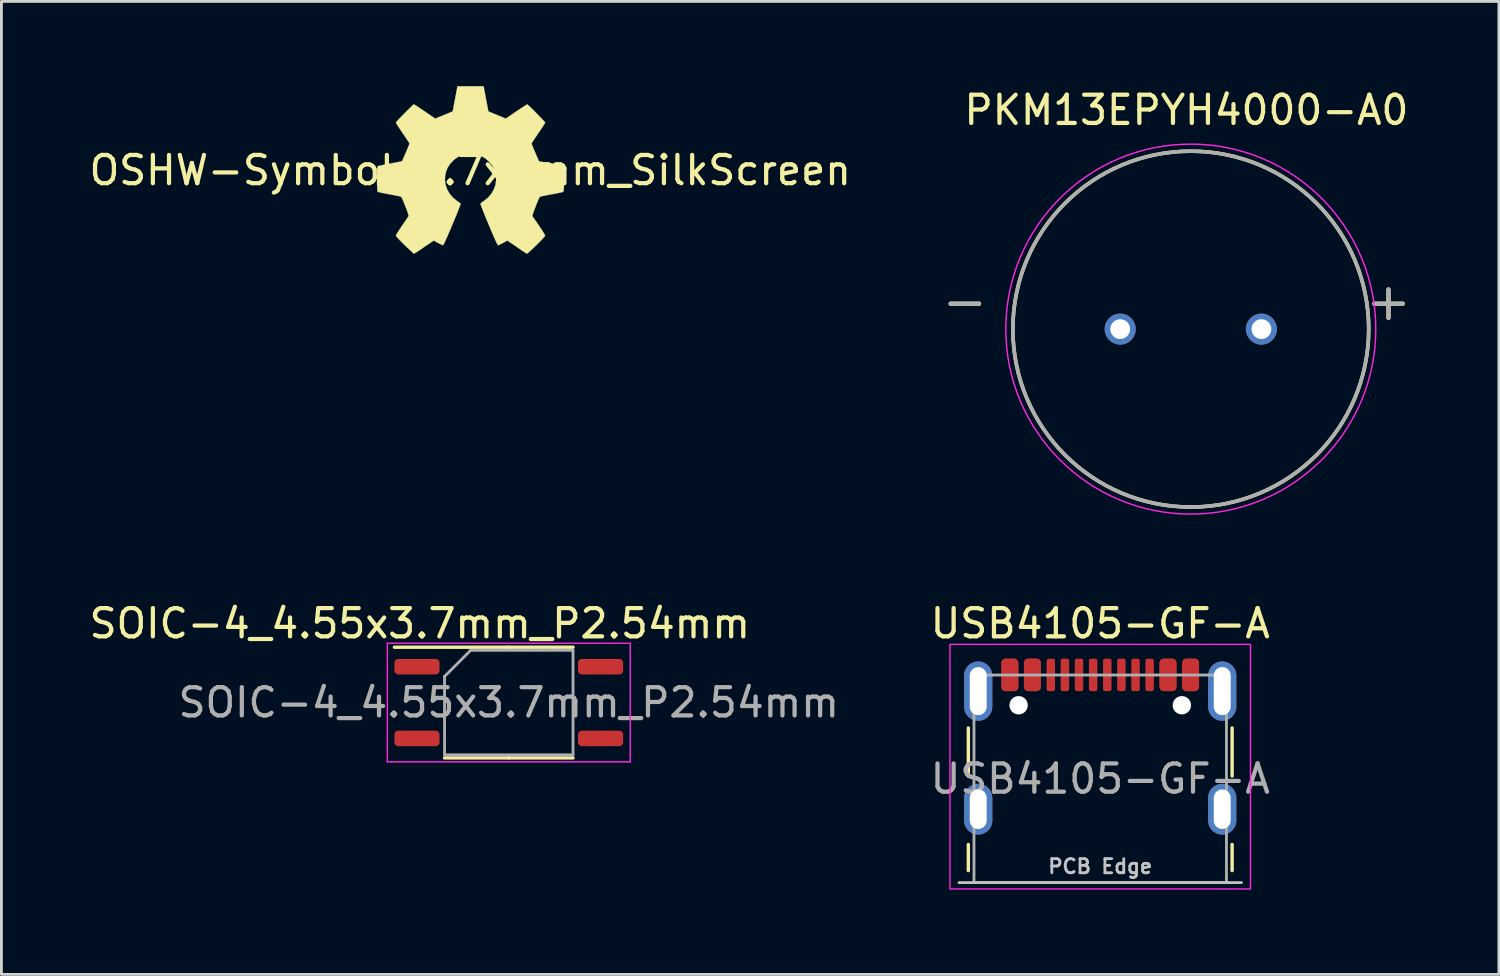
<source format=kicad_pcb>
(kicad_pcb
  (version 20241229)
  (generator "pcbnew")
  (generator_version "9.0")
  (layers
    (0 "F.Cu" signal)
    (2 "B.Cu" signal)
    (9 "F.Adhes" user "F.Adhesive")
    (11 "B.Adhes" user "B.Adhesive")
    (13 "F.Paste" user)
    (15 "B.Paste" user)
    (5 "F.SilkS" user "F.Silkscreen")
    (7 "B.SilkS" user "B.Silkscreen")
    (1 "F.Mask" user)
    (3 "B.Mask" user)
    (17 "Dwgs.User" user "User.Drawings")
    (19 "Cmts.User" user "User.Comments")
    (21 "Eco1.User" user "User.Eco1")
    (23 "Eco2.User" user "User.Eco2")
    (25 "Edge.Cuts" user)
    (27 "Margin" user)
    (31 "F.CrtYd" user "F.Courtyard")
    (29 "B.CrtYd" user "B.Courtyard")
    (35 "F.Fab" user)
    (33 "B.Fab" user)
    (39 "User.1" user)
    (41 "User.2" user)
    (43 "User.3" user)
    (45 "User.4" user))
  (footprint "OSHW-Symbol_6.7x6mm_SilkScreen"
    (layer "F.Cu")
    (at 13.601 2.981)
    (property "Reference" "OSHW-Symbol_6.7x6mm_SilkScreen" (at 0 0 0) (layer "F.SilkS") (effects (font (size 1 1) (thickness 0.15))))
    (attr board_only exclude_from_pos_files exclude_from_bom allow_missing_courtyard)
    (fp_poly (pts (xy 0.556 -2.531) (xy 0.64 -2.086) (xy 0.949 -1.959) (xy 1.258 -1.831) (xy 1.629 -2.084) (xy 1.733 -2.154) (xy 1.827 -2.217) (xy 1.907 -2.269) (xy 1.967 -2.308) (xy 2.005 -2.331) (xy 2.015 -2.336) (xy 2.034 -2.323) (xy 2.073 -2.288) (xy 2.13 -2.235) (xy 2.198 -2.168) (xy 2.274 -2.093) (xy 2.353 -2.013) (xy 2.431 -1.932) (xy 2.504 -1.857) (xy 2.567 -1.79) (xy 2.615 -1.737) (xy 2.644 -1.702) (xy 2.651 -1.69) (xy 2.641 -1.669) (xy 2.613 -1.621) (xy 2.569 -1.553) (xy 2.513 -1.468) (xy 2.448 -1.371) (xy 2.41 -1.316) (xy 2.341 -1.215) (xy 2.28 -1.124) (xy 2.23 -1.047) (xy 2.193 -0.989) (xy 2.172 -0.955) (xy 2.169 -0.948) (xy 2.176 -0.927) (xy 2.195 -0.879) (xy 2.223 -0.811) (xy 2.257 -0.729) (xy 2.295 -0.64) (xy 2.333 -0.55) (xy 2.369 -0.467) (xy 2.4 -0.396) (xy 2.423 -0.346) (xy 2.435 -0.322) (xy 2.436 -0.321) (xy 2.455 -0.316) (xy 2.505 -0.306) (xy 2.581 -0.291) (xy 2.678 -0.272) (xy 2.791 -0.251) (xy 2.856 -0.239) (xy 2.977 -0.216) (xy 3.086 -0.194) (xy 3.177 -0.174) (xy 3.246 -0.158) (xy 3.287 -0.147) (xy 3.296 -0.143) (xy 3.304 -0.119) (xy 3.31 -0.064) (xy 3.315 0.015) (xy 3.318 0.112) (xy 3.32 0.22) (xy 3.321 0.333) (xy 3.319 0.445) (xy 3.317 0.549) (xy 3.312 0.638) (xy 3.307 0.707) (xy 3.299 0.748) (xy 3.295 0.757) (xy 3.269 0.767) (xy 3.213 0.782) (xy 3.136 0.799) (xy 3.044 0.818) (xy 3.012 0.824) (xy 2.858 0.852) (xy 2.735 0.875) (xy 2.642 0.893) (xy 2.572 0.908) (xy 2.523 0.919) (xy 2.491 0.929) (xy 2.471 0.938) (xy 2.459 0.947) (xy 2.457 0.948) (xy 2.44 0.976) (xy 2.415 1.031) (xy 2.383 1.105) (xy 2.347 1.192) (xy 2.311 1.286) (xy 2.275 1.379) (xy 2.244 1.466) (xy 2.219 1.539) (xy 2.203 1.592) (xy 2.199 1.618) (xy 2.2 1.619) (xy 2.214 1.64) (xy 2.245 1.687) (xy 2.291 1.755) (xy 2.349 1.838) (xy 2.413 1.933) (xy 2.432 1.96) (xy 2.498 2.057) (xy 2.556 2.146) (xy 2.603 2.221) (xy 2.635 2.278) (xy 2.651 2.311) (xy 2.651 2.315) (xy 2.638 2.336) (xy 2.603 2.377) (xy 2.549 2.435) (xy 2.482 2.505) (xy 2.406 2.582) (xy 2.326 2.662) (xy 2.245 2.74) (xy 2.17 2.811) (xy 2.103 2.872) (xy 2.051 2.918) (xy 2.017 2.944) (xy 2.008 2.948) (xy 1.986 2.938) (xy 1.941 2.911) (xy 1.88 2.872) (xy 1.834 2.84) (xy 1.749 2.782) (xy 1.65 2.714) (xy 1.549 2.646) (xy 1.496 2.609) (xy 1.313 2.486) (xy 1.16 2.569) (xy 1.091 2.605) (xy 1.031 2.633) (xy 0.991 2.649) (xy 0.981 2.651) (xy 0.969 2.635) (xy 0.945 2.588) (xy 0.91 2.516) (xy 0.868 2.422) (xy 0.818 2.31) (xy 0.764 2.186) (xy 0.708 2.053) (xy 0.65 1.916) (xy 0.593 1.779) (xy 0.538 1.646) (xy 0.488 1.522) (xy 0.443 1.411) (xy 0.407 1.317) (xy 0.381 1.244) (xy 0.366 1.197) (xy 0.363 1.181) (xy 0.382 1.16) (xy 0.424 1.127) (xy 0.48 1.088) (xy 0.484 1.085) (xy 0.628 0.969) (xy 0.744 0.835) (xy 0.831 0.686) (xy 0.889 0.526) (xy 0.915 0.36) (xy 0.91 0.192) (xy 0.871 0.026) (xy 0.799 -0.134) (xy 0.778 -0.169) (xy 0.667 -0.309) (xy 0.536 -0.422) (xy 0.39 -0.507) (xy 0.233 -0.563) (xy 0.069 -0.589) (xy -0.097 -0.585) (xy -0.26 -0.551) (xy -0.416 -0.485) (xy -0.56 -0.388) (xy -0.605 -0.348) (xy -0.719 -0.224) (xy -0.802 -0.094) (xy -0.859 0.052) (xy -0.89 0.197) (xy -0.898 0.36) (xy -0.872 0.523) (xy -0.815 0.682) (xy -0.729 0.831) (xy -0.617 0.964) (xy -0.482 1.075) (xy -0.464 1.087) (xy -0.408 1.126) (xy -0.365 1.159) (xy -0.345 1.18) (xy -0.344 1.181) (xy -0.349 1.204) (xy -0.366 1.256) (xy -0.395 1.333) (xy -0.433 1.431) (xy -0.478 1.545) (xy -0.53 1.672) (xy -0.585 1.806) (xy -0.643 1.943) (xy -0.7 2.08) (xy -0.757 2.211) (xy -0.81 2.333) (xy -0.858 2.441) (xy -0.899 2.532) (xy -0.932 2.599) (xy -0.954 2.64) (xy -0.963 2.651) (xy -0.99 2.643) (xy -1.04 2.62) (xy -1.106 2.588) (xy -1.142 2.569) (xy -1.295 2.486) (xy -1.477 2.609) (xy -1.57 2.672) (xy -1.672 2.742) (xy -1.767 2.807) (xy -1.815 2.84) (xy -1.882 2.885) (xy -1.939 2.921) (xy -1.979 2.943) (xy -1.991 2.948) (xy -2.01 2.935) (xy -2.051 2.9) (xy -2.11 2.847) (xy -2.185 2.778) (xy -2.269 2.698) (xy -2.323 2.646) (xy -2.416 2.554) (xy -2.497 2.472) (xy -2.562 2.403) (xy -2.608 2.351) (xy -2.631 2.319) (xy -2.633 2.312) (xy -2.623 2.287) (xy -2.594 2.237) (xy -2.551 2.167) (xy -2.496 2.082) (xy -2.432 1.986) (xy -2.413 1.96) (xy -2.347 1.863) (xy -2.287 1.776) (xy -2.238 1.704) (xy -2.202 1.65) (xy -2.183 1.622) (xy -2.181 1.619) (xy -2.184 1.596) (xy -2.199 1.545) (xy -2.223 1.474) (xy -2.253 1.389) (xy -2.288 1.296) (xy -2.325 1.202) (xy -2.361 1.113) (xy -2.393 1.038) (xy -2.419 0.981) (xy -2.437 0.95) (xy -2.438 0.948) (xy -2.449 0.94) (xy -2.468 0.931) (xy -2.498 0.921) (xy -2.543 0.91) (xy -2.608 0.896) (xy -2.697 0.879) (xy -2.813 0.857) (xy -2.962 0.83) (xy -2.994 0.824) (xy -3.089 0.805) (xy -3.172 0.787) (xy -3.235 0.772) (xy -3.271 0.76) (xy -3.276 0.757) (xy -3.284 0.732) (xy -3.291 0.677) (xy -3.296 0.597) (xy -3.3 0.5) (xy -3.302 0.392) (xy -3.302 0.279) (xy -3.301 0.167) (xy -3.298 0.064) (xy -3.294 -0.026) (xy -3.289 -0.094) (xy -3.281 -0.135) (xy -3.277 -0.143) (xy -3.253 -0.152) (xy -3.197 -0.166) (xy -3.117 -0.183) (xy -3.016 -0.204) (xy -2.901 -0.227) (xy -2.838 -0.239) (xy -2.719 -0.261) (xy -2.613 -0.281) (xy -2.524 -0.298) (xy -2.46 -0.311) (xy -2.423 -0.319) (xy -2.417 -0.321) (xy -2.407 -0.34) (xy -2.386 -0.387) (xy -2.356 -0.455) (xy -2.32 -0.537) (xy -2.282 -0.626) (xy -2.244 -0.716) (xy -2.209 -0.8) (xy -2.18 -0.871) (xy -2.16 -0.922) (xy -2.151 -0.948) (xy -2.151 -0.949) (xy -2.161 -0.968) (xy -2.189 -1.014) (xy -2.233 -1.081) (xy -2.289 -1.165) (xy -2.354 -1.261) (xy -2.392 -1.316) (xy -2.461 -1.418) (xy -2.522 -1.509) (xy -2.573 -1.587) (xy -2.61 -1.647) (xy -2.63 -1.683) (xy -2.633 -1.691) (xy -2.62 -1.709) (xy -2.585 -1.75) (xy -2.533 -1.807) (xy -2.467 -1.876) (xy -2.393 -1.953) (xy -2.314 -2.033) (xy -2.235 -2.113) (xy -2.16 -2.187) (xy -2.095 -2.25) (xy -2.043 -2.299) (xy -2.008 -2.329) (xy -1.996 -2.336) (xy -1.978 -2.326) (xy -1.933 -2.298) (xy -1.866 -2.255) (xy -1.781 -2.199) (xy -1.684 -2.133) (xy -1.611 -2.084) (xy -1.24 -1.831) (xy -0.621 -2.086) (xy -0.537 -2.531) (xy -0.453 -2.976) (xy 0.472 -2.976) (xy 0.556 -2.531)) (stroke (width 0.01) (type solid)) (fill yes) (layer "F.SilkS")))
  (footprint "USB4105-GF-A"
    (layer "F.Cu")
    (at 35.906 24.526)
    (property "Reference" "USB4105-GF-A" (at 0 -5.5 0) (unlocked yes) (layer "F.SilkS") (effects (font (size 1 1) (thickness 0.15))))
    (attr smd)
    (fp_line (start -4.67 -0.1) (end -4.67 -1.8) (stroke (width 0.12) (type solid)) (layer "F.SilkS"))
    (fp_line (start -4.67 2.325) (end -4.67 3.25) (stroke (width 0.12) (type solid)) (layer "F.SilkS"))
    (fp_line (start 4.67 -0.1) (end 4.67 -1.8) (stroke (width 0.12) (type solid)) (layer "F.SilkS"))
    (fp_line (start 4.67 2.325) (end 4.67 3.25) (stroke (width 0.12) (type solid)) (layer "F.SilkS"))
    (fp_line (start 5 3.675) (end -5 3.675) (stroke (width 0.1) (type solid)) (layer "Dwgs.User"))
    (fp_rect (start -5.32 -4.76) (end 5.32 3.9) (stroke (width 0.05) (type solid)) (fill no) (layer "F.CrtYd"))
    (fp_rect (start -4.47 -3.675) (end 4.47 3.675) (stroke (width 0.1) (type solid)) (fill no) (layer "F.Fab"))
    (fp_text user "PCB Edge" (at 0 3.1 0) (unlocked yes) (layer "Dwgs.User") (effects (font (size 0.5 0.5) (thickness 0.1))))
    (fp_text user "${REFERENCE}" (at 0 0 0) (unlocked yes) (layer "F.Fab") (effects (font (size 1 1) (thickness 0.15))))
    (pad "" np_thru_hole circle (at -2.89 -2.605) (size 0.65 0.65) (drill 0.65) (layers "*.Cu" "*.Mask"))
    (pad "" np_thru_hole circle (at 2.89 -2.605) (size 0.65 0.65) (drill 0.65) (layers "*.Cu" "*.Mask"))
    (pad "A1" smd roundrect (at -3.2 -3.68) (size 0.6 1.15) (layers "F.Cu" "F.Mask" "F.Paste") (roundrect_rratio 0.25))
    (pad "A4" smd roundrect (at -2.4 -3.68) (size 0.6 1.15) (layers "F.Cu" "F.Mask" "F.Paste") (roundrect_rratio 0.25))
    (pad "A5" smd roundrect (at -1.25 -3.68) (size 0.3 1.15) (layers "F.Cu" "F.Mask" "F.Paste") (roundrect_rratio 0.25))
    (pad "A6" smd roundrect (at -0.25 -3.68) (size 0.3 1.15) (layers "F.Cu" "F.Mask" "F.Paste") (roundrect_rratio 0.25))
    (pad "A7" smd roundrect (at 0.25 -3.68) (size 0.3 1.15) (layers "F.Cu" "F.Mask" "F.Paste") (roundrect_rratio 0.25))
    (pad "A8" smd roundrect (at 1.25 -3.68) (size 0.3 1.15) (layers "F.Cu" "F.Mask" "F.Paste") (roundrect_rratio 0.25))
    (pad "A9" smd roundrect (at 2.4 -3.68) (size 0.6 1.15) (layers "F.Cu" "F.Mask" "F.Paste") (roundrect_rratio 0.25))
    (pad "A12" smd roundrect (at 3.2 -3.68) (size 0.6 1.15) (layers "F.Cu" "F.Mask" "F.Paste") (roundrect_rratio 0.25))
    (pad "B1" smd roundrect (at 3.2 -3.68) (size 0.6 1.15) (layers "F.Cu" "F.Mask" "F.Paste") (roundrect_rratio 0.25))
    (pad "B4" smd roundrect (at 2.4 -3.68) (size 0.6 1.15) (layers "F.Cu" "F.Mask" "F.Paste") (roundrect_rratio 0.25))
    (pad "B5" smd roundrect (at 1.75 -3.68) (size 0.3 1.15) (layers "F.Cu" "F.Mask" "F.Paste") (roundrect_rratio 0.25))
    (pad "B6" smd roundrect (at 0.75 -3.68) (size 0.3 1.15) (layers "F.Cu" "F.Mask" "F.Paste") (roundrect_rratio 0.25))
    (pad "B7" smd roundrect (at -0.75 -3.68) (size 0.3 1.15) (layers "F.Cu" "F.Mask" "F.Paste") (roundrect_rratio 0.25))
    (pad "B8" smd roundrect (at -1.75 -3.68) (size 0.3 1.15) (layers "F.Cu" "F.Mask" "F.Paste") (roundrect_rratio 0.25))
    (pad "B9" smd roundrect (at -2.4 -3.68) (size 0.6 1.15) (layers "F.Cu" "F.Mask" "F.Paste") (roundrect_rratio 0.25))
    (pad "B12" smd roundrect (at -3.2 -3.68) (size 0.6 1.15) (layers "F.Cu" "F.Mask" "F.Paste") (roundrect_rratio 0.25))
    (pad "S1" thru_hole oval (at -4.32 -3.105) (size 1 2.1) (drill oval 0.6 1.7) (layers "*.Cu" "*.Mask" "F.Paste"))
    (pad "S1" thru_hole oval (at -4.32 1.075) (size 1 1.8) (drill oval 0.6 1.4) (layers "*.Cu" "*.Mask" "F.Paste"))
    (pad "S1" thru_hole oval (at 4.32 -3.105) (size 1 2.1) (drill oval 0.6 1.7) (layers "*.Cu" "*.Mask" "F.Paste"))
    (pad "S1" thru_hole oval (at 4.32 1.075) (size 1 1.8) (drill oval 0.6 1.4) (layers "*.Cu" "*.Mask" "F.Paste")))
  (footprint "SOIC-4_4.55x3.7mm_P2.54mm"
    (layer "F.Cu")
    (at 14.965 21.826)
    (property "Reference" "SOIC-4_4.55x3.7mm_P2.54mm" (at -3.15 -2.8 0) (layer "F.SilkS") (effects (font (size 1 1) (thickness 0.15))))
    (attr smd)
    (fp_line (start 0 -1.96) (end -4.05 -1.96) (stroke (width 0.12) (type solid)) (layer "F.SilkS"))
    (fp_line (start 0 -1.96) (end 2.275 -1.96) (stroke (width 0.12) (type solid)) (layer "F.SilkS"))
    (fp_line (start 0 1.96) (end -2.275 1.96) (stroke (width 0.12) (type solid)) (layer "F.SilkS"))
    (fp_line (start 0 1.96) (end 2.275 1.96) (stroke (width 0.12) (type solid)) (layer "F.SilkS"))
    (fp_line (start -4.3 -2.1) (end -4.3 2.1) (stroke (width 0.05) (type solid)) (layer "F.CrtYd"))
    (fp_line (start -4.3 2.1) (end 4.3 2.1) (stroke (width 0.05) (type solid)) (layer "F.CrtYd"))
    (fp_line (start 4.3 -2.1) (end -4.3 -2.1) (stroke (width 0.05) (type solid)) (layer "F.CrtYd"))
    (fp_line (start 4.3 2.1) (end 4.3 -2.1) (stroke (width 0.05) (type solid)) (layer "F.CrtYd"))
    (fp_line (start -2.275 -0.925) (end -1.35 -1.85) (stroke (width 0.1) (type solid)) (layer "F.Fab"))
    (fp_line (start -2.275 1.85) (end -2.275 -0.925) (stroke (width 0.1) (type solid)) (layer "F.Fab"))
    (fp_line (start -1.35 -1.85) (end 2.275 -1.85) (stroke (width 0.1) (type solid)) (layer "F.Fab"))
    (fp_line (start 2.275 -1.85) (end 2.275 1.85) (stroke (width 0.1) (type solid)) (layer "F.Fab"))
    (fp_line (start 2.275 1.85) (end -2.275 1.85) (stroke (width 0.1) (type solid)) (layer "F.Fab"))
    (fp_text user "${REFERENCE}" (at 0 0 0) (layer "F.Fab") (effects (font (size 1 1) (thickness 0.15))))
    (pad "1" smd roundrect (at -3.25 -1.27) (size 1.6 0.55) (layers "F.Cu" "F.Mask" "F.Paste") (roundrect_rratio 0.25))
    (pad "3" smd roundrect (at -3.25 1.27) (size 1.6 0.55) (layers "F.Cu" "F.Mask" "F.Paste") (roundrect_rratio 0.25))
    (pad "4" smd roundrect (at 3.25 1.27) (size 1.6 0.55) (layers "F.Cu" "F.Mask" "F.Paste") (roundrect_rratio 0.25))
    (pad "6" smd roundrect (at 3.25 -1.27) (size 1.6 0.55) (layers "F.Cu" "F.Mask" "F.Paste") (roundrect_rratio 0.25)))
  (footprint "PKM13EPYH4000-A0"
    (layer "F.Cu")
    (at 39.113 8.603)
    (property "Reference" "PKM13EPYH4000-A0" (at -0.155 -7.755 0) (layer "F.SilkS") (effects (font (size 1 1) (thickness 0.15))))
    (attr through_hole)
    (fp_circle (center 0 0) (end 6.3 0) (stroke (width 0.127) (type solid)) (fill no) (layer "F.SilkS"))
    (fp_circle (center 0 0) (end 6.55 0) (stroke (width 0.05) (type solid)) (fill no) (layer "F.CrtYd"))
    (fp_circle (center 0 0) (end 6.3 0) (stroke (width 0.127) (type solid)) (fill no) (layer "F.Fab"))
    (fp_text user "+" (at 7 -1 0) (layer "F.SilkS") (effects (font (size 1.32 1.32) (thickness 0.15))))
    (fp_text user "-" (at -8 -1 0) (layer "F.SilkS") (effects (font (size 1.32 1.32) (thickness 0.15))))
    (fp_text user "+" (at 7 -1 0) (layer "F.Fab") (effects (font (size 1.32 1.32) (thickness 0.15))))
    (fp_text user "-" (at -8 -1 0) (layer "F.Fab") (effects (font (size 1.32 1.32) (thickness 0.15))))
    (pad "N" thru_hole circle (at -2.5 0) (size 1.1 1.1) (drill 0.7) (layers "*.Cu" "*.Mask"))
    (pad "P" thru_hole circle (at 2.5 0) (size 1.1 1.1) (drill 0.7) (layers "*.Cu" "*.Mask")))
  (gr_rect
    (start -3 -3)
    (end 50.023 31.451)
    (stroke (width 0.1) (type default))
    (fill no)
    (layer "Edge.Cuts")))
</source>
